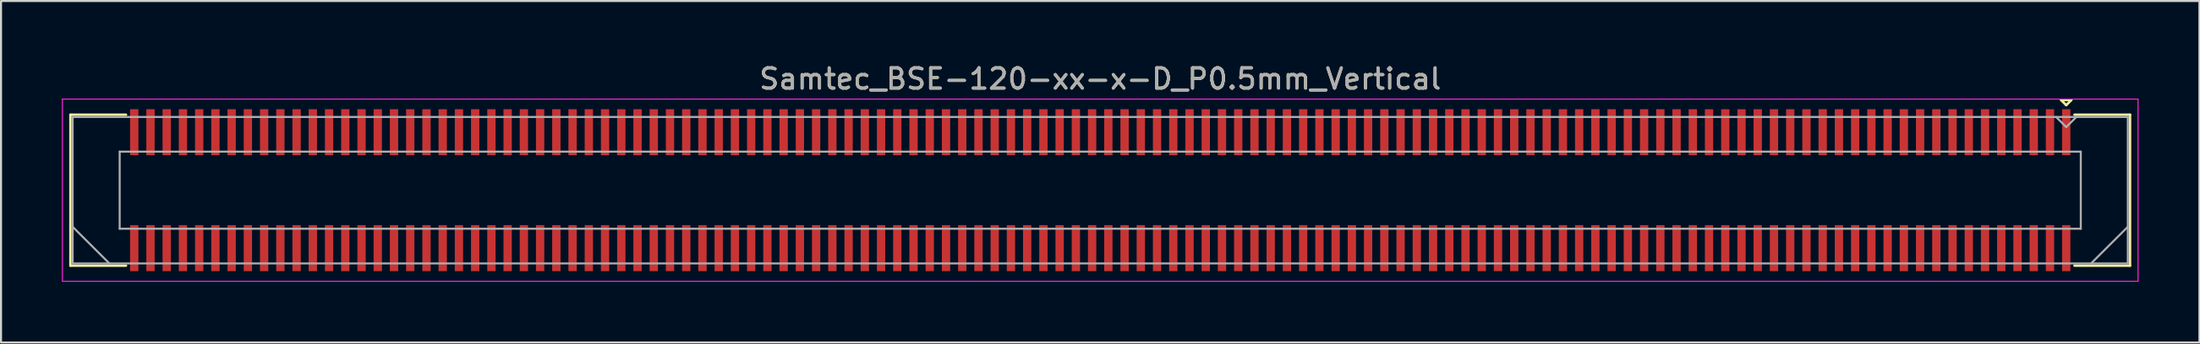
<source format=kicad_pcb>
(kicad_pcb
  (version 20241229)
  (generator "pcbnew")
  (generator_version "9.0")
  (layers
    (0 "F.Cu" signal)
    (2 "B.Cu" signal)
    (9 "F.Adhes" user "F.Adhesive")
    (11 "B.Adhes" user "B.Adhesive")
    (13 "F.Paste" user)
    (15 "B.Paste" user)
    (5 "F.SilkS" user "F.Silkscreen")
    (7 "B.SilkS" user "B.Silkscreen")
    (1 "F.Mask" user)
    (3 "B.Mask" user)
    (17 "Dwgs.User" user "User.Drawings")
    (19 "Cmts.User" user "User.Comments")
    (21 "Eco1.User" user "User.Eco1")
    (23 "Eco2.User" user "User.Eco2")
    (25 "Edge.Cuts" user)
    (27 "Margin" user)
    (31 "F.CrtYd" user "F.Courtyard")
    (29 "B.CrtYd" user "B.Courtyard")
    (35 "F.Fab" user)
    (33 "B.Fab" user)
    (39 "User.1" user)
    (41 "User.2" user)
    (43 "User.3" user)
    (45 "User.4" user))
  (footprint "Samtec_BSE-120-xx-x-D_P0.5mm_Vertical"
    (layer "F.Cu")
    (at 51.165 6.348)
    (property "Reference" "Samtec_BSE-120-xx-x-D_P0.5mm_Vertical" (at 0 -5.5 0) (layer "F.SilkS") (effects (font (size 1 1) (thickness 0.15))))
    (attr smd)
    (fp_line (start -50.745 -3.729) (end -48.005 -3.729) (stroke (width 0.12) (type solid)) (layer "F.SilkS"))
    (fp_line (start -50.745 3.729) (end -50.745 -3.729) (stroke (width 0.12) (type solid)) (layer "F.SilkS"))
    (fp_line (start -48.005 3.729) (end -50.745 3.729) (stroke (width 0.12) (type solid)) (layer "F.SilkS"))
    (fp_line (start 47.35 -4.452) (end 47.85 -4.452) (stroke (width 0.12) (type solid)) (layer "F.SilkS"))
    (fp_line (start 47.6 -4.202) (end 47.35 -4.452) (stroke (width 0.12) (type solid)) (layer "F.SilkS"))
    (fp_line (start 47.85 -4.452) (end 47.6 -4.202) (stroke (width 0.12) (type solid)) (layer "F.SilkS"))
    (fp_line (start 48.005 3.729) (end 50.745 3.729) (stroke (width 0.12) (type solid)) (layer "F.SilkS"))
    (fp_line (start 50.745 -3.729) (end 48.005 -3.729) (stroke (width 0.12) (type solid)) (layer "F.SilkS"))
    (fp_line (start 50.745 3.729) (end 50.745 -3.729) (stroke (width 0.12) (type solid)) (layer "F.SilkS"))
    (fp_line (start -51.14 -4.5) (end -51.14 4.5) (stroke (width 0.05) (type solid)) (layer "F.CrtYd"))
    (fp_line (start -51.14 4.5) (end 51.14 4.5) (stroke (width 0.05) (type solid)) (layer "F.CrtYd"))
    (fp_line (start 51.14 -4.5) (end -51.14 -4.5) (stroke (width 0.05) (type solid)) (layer "F.CrtYd"))
    (fp_line (start 51.14 4.5) (end 51.14 -4.5) (stroke (width 0.05) (type solid)) (layer "F.CrtYd"))
    (fp_line (start -50.635 -3.619) (end -50.635 3.619) (stroke (width 0.1) (type solid)) (layer "F.Fab"))
    (fp_line (start -50.635 1.81) (end -48.825 3.619) (stroke (width 0.1) (type solid)) (layer "F.Fab"))
    (fp_line (start -50.635 3.619) (end 50.635 3.619) (stroke (width 0.1) (type solid)) (layer "F.Fab"))
    (fp_line (start -48.318 -1.905) (end -48.318 1.905) (stroke (width 0.1) (type solid)) (layer "F.Fab"))
    (fp_line (start -48.318 1.905) (end 48.318 1.905) (stroke (width 0.1) (type solid)) (layer "F.Fab"))
    (fp_line (start 47.6 -3.119) (end 47.1 -3.619) (stroke (width 0.1) (type solid)) (layer "F.Fab"))
    (fp_line (start 48.1 -3.619) (end 47.6 -3.119) (stroke (width 0.1) (type solid)) (layer "F.Fab"))
    (fp_line (start 48.318 -1.905) (end -48.318 -1.905) (stroke (width 0.1) (type solid)) (layer "F.Fab"))
    (fp_line (start 48.318 1.905) (end 48.318 -1.905) (stroke (width 0.1) (type solid)) (layer "F.Fab"))
    (fp_line (start 50.635 -3.619) (end -50.635 -3.619) (stroke (width 0.1) (type solid)) (layer "F.Fab"))
    (fp_line (start 50.635 1.81) (end 48.825 3.619) (stroke (width 0.1) (type solid)) (layer "F.Fab"))
    (fp_line (start 50.635 3.619) (end 50.635 -3.619) (stroke (width 0.1) (type solid)) (layer "F.Fab"))
    (fp_text user "${REFERENCE}" (at 0 -5.5 0) (layer "F.Fab") (effects (font (size 1 1) (thickness 0.15))))
    (pad "1" smd rect (at 47.6 -2.865) (size 0.41 2.273) (layers "F.Cu" "F.Mask" "F.Paste"))
    (pad "2" smd rect (at 47.6 2.865) (size 0.41 2.273) (layers "F.Cu" "F.Mask" "F.Paste"))
    (pad "3" smd rect (at 46.8 -2.865) (size 0.41 2.273) (layers "F.Cu" "F.Mask" "F.Paste"))
    (pad "4" smd rect (at 46.8 2.865) (size 0.41 2.273) (layers "F.Cu" "F.Mask" "F.Paste"))
    (pad "5" smd rect (at 46 -2.865) (size 0.41 2.273) (layers "F.Cu" "F.Mask" "F.Paste"))
    (pad "6" smd rect (at 46 2.865) (size 0.41 2.273) (layers "F.Cu" "F.Mask" "F.Paste"))
    (pad "7" smd rect (at 45.2 -2.865) (size 0.41 2.273) (layers "F.Cu" "F.Mask" "F.Paste"))
    (pad "8" smd rect (at 45.2 2.865) (size 0.41 2.273) (layers "F.Cu" "F.Mask" "F.Paste"))
    (pad "9" smd rect (at 44.4 -2.865) (size 0.41 2.273) (layers "F.Cu" "F.Mask" "F.Paste"))
    (pad "10" smd rect (at 44.4 2.865) (size 0.41 2.273) (layers "F.Cu" "F.Mask" "F.Paste"))
    (pad "11" smd rect (at 43.6 -2.865) (size 0.41 2.273) (layers "F.Cu" "F.Mask" "F.Paste"))
    (pad "12" smd rect (at 43.6 2.865) (size 0.41 2.273) (layers "F.Cu" "F.Mask" "F.Paste"))
    (pad "13" smd rect (at 42.8 -2.865) (size 0.41 2.273) (layers "F.Cu" "F.Mask" "F.Paste"))
    (pad "14" smd rect (at 42.8 2.865) (size 0.41 2.273) (layers "F.Cu" "F.Mask" "F.Paste"))
    (pad "15" smd rect (at 42 -2.865) (size 0.41 2.273) (layers "F.Cu" "F.Mask" "F.Paste"))
    (pad "16" smd rect (at 42 2.865) (size 0.41 2.273) (layers "F.Cu" "F.Mask" "F.Paste"))
    (pad "17" smd rect (at 41.2 -2.865) (size 0.41 2.273) (layers "F.Cu" "F.Mask" "F.Paste"))
    (pad "18" smd rect (at 41.2 2.865) (size 0.41 2.273) (layers "F.Cu" "F.Mask" "F.Paste"))
    (pad "19" smd rect (at 40.4 -2.865) (size 0.41 2.273) (layers "F.Cu" "F.Mask" "F.Paste"))
    (pad "20" smd rect (at 40.4 2.865) (size 0.41 2.273) (layers "F.Cu" "F.Mask" "F.Paste"))
    (pad "21" smd rect (at 39.6 -2.865) (size 0.41 2.273) (layers "F.Cu" "F.Mask" "F.Paste"))
    (pad "22" smd rect (at 39.6 2.865) (size 0.41 2.273) (layers "F.Cu" "F.Mask" "F.Paste"))
    (pad "23" smd rect (at 38.8 -2.865) (size 0.41 2.273) (layers "F.Cu" "F.Mask" "F.Paste"))
    (pad "24" smd rect (at 38.8 2.865) (size 0.41 2.273) (layers "F.Cu" "F.Mask" "F.Paste"))
    (pad "25" smd rect (at 38 -2.865) (size 0.41 2.273) (layers "F.Cu" "F.Mask" "F.Paste"))
    (pad "26" smd rect (at 38 2.865) (size 0.41 2.273) (layers "F.Cu" "F.Mask" "F.Paste"))
    (pad "27" smd rect (at 37.2 -2.865) (size 0.41 2.273) (layers "F.Cu" "F.Mask" "F.Paste"))
    (pad "28" smd rect (at 37.2 2.865) (size 0.41 2.273) (layers "F.Cu" "F.Mask" "F.Paste"))
    (pad "29" smd rect (at 36.4 -2.865) (size 0.41 2.273) (layers "F.Cu" "F.Mask" "F.Paste"))
    (pad "30" smd rect (at 36.4 2.865) (size 0.41 2.273) (layers "F.Cu" "F.Mask" "F.Paste"))
    (pad "31" smd rect (at 35.6 -2.865) (size 0.41 2.273) (layers "F.Cu" "F.Mask" "F.Paste"))
    (pad "32" smd rect (at 35.6 2.865) (size 0.41 2.273) (layers "F.Cu" "F.Mask" "F.Paste"))
    (pad "33" smd rect (at 34.8 -2.865) (size 0.41 2.273) (layers "F.Cu" "F.Mask" "F.Paste"))
    (pad "34" smd rect (at 34.8 2.865) (size 0.41 2.273) (layers "F.Cu" "F.Mask" "F.Paste"))
    (pad "35" smd rect (at 34 -2.865) (size 0.41 2.273) (layers "F.Cu" "F.Mask" "F.Paste"))
    (pad "36" smd rect (at 34 2.865) (size 0.41 2.273) (layers "F.Cu" "F.Mask" "F.Paste"))
    (pad "37" smd rect (at 33.2 -2.865) (size 0.41 2.273) (layers "F.Cu" "F.Mask" "F.Paste"))
    (pad "38" smd rect (at 33.2 2.865) (size 0.41 2.273) (layers "F.Cu" "F.Mask" "F.Paste"))
    (pad "39" smd rect (at 32.4 -2.865) (size 0.41 2.273) (layers "F.Cu" "F.Mask" "F.Paste"))
    (pad "40" smd rect (at 32.4 2.865) (size 0.41 2.273) (layers "F.Cu" "F.Mask" "F.Paste"))
    (pad "41" smd rect (at 31.6 -2.865) (size 0.41 2.273) (layers "F.Cu" "F.Mask" "F.Paste"))
    (pad "42" smd rect (at 31.6 2.865) (size 0.41 2.273) (layers "F.Cu" "F.Mask" "F.Paste"))
    (pad "43" smd rect (at 30.8 -2.865) (size 0.41 2.273) (layers "F.Cu" "F.Mask" "F.Paste"))
    (pad "44" smd rect (at 30.8 2.865) (size 0.41 2.273) (layers "F.Cu" "F.Mask" "F.Paste"))
    (pad "45" smd rect (at 30 -2.865) (size 0.41 2.273) (layers "F.Cu" "F.Mask" "F.Paste"))
    (pad "46" smd rect (at 30 2.865) (size 0.41 2.273) (layers "F.Cu" "F.Mask" "F.Paste"))
    (pad "47" smd rect (at 29.2 -2.865) (size 0.41 2.273) (layers "F.Cu" "F.Mask" "F.Paste"))
    (pad "48" smd rect (at 29.2 2.865) (size 0.41 2.273) (layers "F.Cu" "F.Mask" "F.Paste"))
    (pad "49" smd rect (at 28.4 -2.865) (size 0.41 2.273) (layers "F.Cu" "F.Mask" "F.Paste"))
    (pad "50" smd rect (at 28.4 2.865) (size 0.41 2.273) (layers "F.Cu" "F.Mask" "F.Paste"))
    (pad "51" smd rect (at 27.6 -2.865) (size 0.41 2.273) (layers "F.Cu" "F.Mask" "F.Paste"))
    (pad "52" smd rect (at 27.6 2.865) (size 0.41 2.273) (layers "F.Cu" "F.Mask" "F.Paste"))
    (pad "53" smd rect (at 26.8 -2.865) (size 0.41 2.273) (layers "F.Cu" "F.Mask" "F.Paste"))
    (pad "54" smd rect (at 26.8 2.865) (size 0.41 2.273) (layers "F.Cu" "F.Mask" "F.Paste"))
    (pad "55" smd rect (at 26 -2.865) (size 0.41 2.273) (layers "F.Cu" "F.Mask" "F.Paste"))
    (pad "56" smd rect (at 26 2.865) (size 0.41 2.273) (layers "F.Cu" "F.Mask" "F.Paste"))
    (pad "57" smd rect (at 25.2 -2.865) (size 0.41 2.273) (layers "F.Cu" "F.Mask" "F.Paste"))
    (pad "58" smd rect (at 25.2 2.865) (size 0.41 2.273) (layers "F.Cu" "F.Mask" "F.Paste"))
    (pad "59" smd rect (at 24.4 -2.865) (size 0.41 2.273) (layers "F.Cu" "F.Mask" "F.Paste"))
    (pad "60" smd rect (at 24.4 2.865) (size 0.41 2.273) (layers "F.Cu" "F.Mask" "F.Paste"))
    (pad "61" smd rect (at 23.6 -2.865) (size 0.41 2.273) (layers "F.Cu" "F.Mask" "F.Paste"))
    (pad "62" smd rect (at 23.6 2.865) (size 0.41 2.273) (layers "F.Cu" "F.Mask" "F.Paste"))
    (pad "63" smd rect (at 22.8 -2.865) (size 0.41 2.273) (layers "F.Cu" "F.Mask" "F.Paste"))
    (pad "64" smd rect (at 22.8 2.865) (size 0.41 2.273) (layers "F.Cu" "F.Mask" "F.Paste"))
    (pad "65" smd rect (at 22 -2.865) (size 0.41 2.273) (layers "F.Cu" "F.Mask" "F.Paste"))
    (pad "66" smd rect (at 22 2.865) (size 0.41 2.273) (layers "F.Cu" "F.Mask" "F.Paste"))
    (pad "67" smd rect (at 21.2 -2.865) (size 0.41 2.273) (layers "F.Cu" "F.Mask" "F.Paste"))
    (pad "68" smd rect (at 21.2 2.865) (size 0.41 2.273) (layers "F.Cu" "F.Mask" "F.Paste"))
    (pad "69" smd rect (at 20.4 -2.865) (size 0.41 2.273) (layers "F.Cu" "F.Mask" "F.Paste"))
    (pad "70" smd rect (at 20.4 2.865) (size 0.41 2.273) (layers "F.Cu" "F.Mask" "F.Paste"))
    (pad "71" smd rect (at 19.6 -2.865) (size 0.41 2.273) (layers "F.Cu" "F.Mask" "F.Paste"))
    (pad "72" smd rect (at 19.6 2.865) (size 0.41 2.273) (layers "F.Cu" "F.Mask" "F.Paste"))
    (pad "73" smd rect (at 18.8 -2.865) (size 0.41 2.273) (layers "F.Cu" "F.Mask" "F.Paste"))
    (pad "74" smd rect (at 18.8 2.865) (size 0.41 2.273) (layers "F.Cu" "F.Mask" "F.Paste"))
    (pad "75" smd rect (at 18 -2.865) (size 0.41 2.273) (layers "F.Cu" "F.Mask" "F.Paste"))
    (pad "76" smd rect (at 18 2.865) (size 0.41 2.273) (layers "F.Cu" "F.Mask" "F.Paste"))
    (pad "77" smd rect (at 17.2 -2.865) (size 0.41 2.273) (layers "F.Cu" "F.Mask" "F.Paste"))
    (pad "78" smd rect (at 17.2 2.865) (size 0.41 2.273) (layers "F.Cu" "F.Mask" "F.Paste"))
    (pad "79" smd rect (at 16.4 -2.865) (size 0.41 2.273) (layers "F.Cu" "F.Mask" "F.Paste"))
    (pad "80" smd rect (at 16.4 2.865) (size 0.41 2.273) (layers "F.Cu" "F.Mask" "F.Paste"))
    (pad "81" smd rect (at 15.6 -2.865) (size 0.41 2.273) (layers "F.Cu" "F.Mask" "F.Paste"))
    (pad "82" smd rect (at 15.6 2.865) (size 0.41 2.273) (layers "F.Cu" "F.Mask" "F.Paste"))
    (pad "83" smd rect (at 14.8 -2.865) (size 0.41 2.273) (layers "F.Cu" "F.Mask" "F.Paste"))
    (pad "84" smd rect (at 14.8 2.865) (size 0.41 2.273) (layers "F.Cu" "F.Mask" "F.Paste"))
    (pad "85" smd rect (at 14 -2.865) (size 0.41 2.273) (layers "F.Cu" "F.Mask" "F.Paste"))
    (pad "86" smd rect (at 14 2.865) (size 0.41 2.273) (layers "F.Cu" "F.Mask" "F.Paste"))
    (pad "87" smd rect (at 13.2 -2.865) (size 0.41 2.273) (layers "F.Cu" "F.Mask" "F.Paste"))
    (pad "88" smd rect (at 13.2 2.865) (size 0.41 2.273) (layers "F.Cu" "F.Mask" "F.Paste"))
    (pad "89" smd rect (at 12.4 -2.865) (size 0.41 2.273) (layers "F.Cu" "F.Mask" "F.Paste"))
    (pad "90" smd rect (at 12.4 2.865) (size 0.41 2.273) (layers "F.Cu" "F.Mask" "F.Paste"))
    (pad "91" smd rect (at 11.6 -2.865) (size 0.41 2.273) (layers "F.Cu" "F.Mask" "F.Paste"))
    (pad "92" smd rect (at 11.6 2.865) (size 0.41 2.273) (layers "F.Cu" "F.Mask" "F.Paste"))
    (pad "93" smd rect (at 10.8 -2.865) (size 0.41 2.273) (layers "F.Cu" "F.Mask" "F.Paste"))
    (pad "94" smd rect (at 10.8 2.865) (size 0.41 2.273) (layers "F.Cu" "F.Mask" "F.Paste"))
    (pad "95" smd rect (at 10 -2.865) (size 0.41 2.273) (layers "F.Cu" "F.Mask" "F.Paste"))
    (pad "96" smd rect (at 10 2.865) (size 0.41 2.273) (layers "F.Cu" "F.Mask" "F.Paste"))
    (pad "97" smd rect (at 9.2 -2.865) (size 0.41 2.273) (layers "F.Cu" "F.Mask" "F.Paste"))
    (pad "98" smd rect (at 9.2 2.865) (size 0.41 2.273) (layers "F.Cu" "F.Mask" "F.Paste"))
    (pad "99" smd rect (at 8.4 -2.865) (size 0.41 2.273) (layers "F.Cu" "F.Mask" "F.Paste"))
    (pad "100" smd rect (at 8.4 2.865) (size 0.41 2.273) (layers "F.Cu" "F.Mask" "F.Paste"))
    (pad "101" smd rect (at 7.6 -2.865) (size 0.41 2.273) (layers "F.Cu" "F.Mask" "F.Paste"))
    (pad "102" smd rect (at 7.6 2.865) (size 0.41 2.273) (layers "F.Cu" "F.Mask" "F.Paste"))
    (pad "103" smd rect (at 6.8 -2.865) (size 0.41 2.273) (layers "F.Cu" "F.Mask" "F.Paste"))
    (pad "104" smd rect (at 6.8 2.865) (size 0.41 2.273) (layers "F.Cu" "F.Mask" "F.Paste"))
    (pad "105" smd rect (at 6 -2.865) (size 0.41 2.273) (layers "F.Cu" "F.Mask" "F.Paste"))
    (pad "106" smd rect (at 6 2.865) (size 0.41 2.273) (layers "F.Cu" "F.Mask" "F.Paste"))
    (pad "107" smd rect (at 5.2 -2.865) (size 0.41 2.273) (layers "F.Cu" "F.Mask" "F.Paste"))
    (pad "108" smd rect (at 5.2 2.865) (size 0.41 2.273) (layers "F.Cu" "F.Mask" "F.Paste"))
    (pad "109" smd rect (at 4.4 -2.865) (size 0.41 2.273) (layers "F.Cu" "F.Mask" "F.Paste"))
    (pad "110" smd rect (at 4.4 2.865) (size 0.41 2.273) (layers "F.Cu" "F.Mask" "F.Paste"))
    (pad "111" smd rect (at 3.6 -2.865) (size 0.41 2.273) (layers "F.Cu" "F.Mask" "F.Paste"))
    (pad "112" smd rect (at 3.6 2.865) (size 0.41 2.273) (layers "F.Cu" "F.Mask" "F.Paste"))
    (pad "113" smd rect (at 2.8 -2.865) (size 0.41 2.273) (layers "F.Cu" "F.Mask" "F.Paste"))
    (pad "114" smd rect (at 2.8 2.865) (size 0.41 2.273) (layers "F.Cu" "F.Mask" "F.Paste"))
    (pad "115" smd rect (at 2 -2.865) (size 0.41 2.273) (layers "F.Cu" "F.Mask" "F.Paste"))
    (pad "116" smd rect (at 2 2.865) (size 0.41 2.273) (layers "F.Cu" "F.Mask" "F.Paste"))
    (pad "117" smd rect (at 1.2 -2.865) (size 0.41 2.273) (layers "F.Cu" "F.Mask" "F.Paste"))
    (pad "118" smd rect (at 1.2 2.865) (size 0.41 2.273) (layers "F.Cu" "F.Mask" "F.Paste"))
    (pad "119" smd rect (at 0.4 -2.865) (size 0.41 2.273) (layers "F.Cu" "F.Mask" "F.Paste"))
    (pad "120" smd rect (at 0.4 2.865) (size 0.41 2.273) (layers "F.Cu" "F.Mask" "F.Paste"))
    (pad "121" smd rect (at -0.4 -2.865) (size 0.41 2.273) (layers "F.Cu" "F.Mask" "F.Paste"))
    (pad "122" smd rect (at -0.4 2.865) (size 0.41 2.273) (layers "F.Cu" "F.Mask" "F.Paste"))
    (pad "123" smd rect (at -1.2 -2.865) (size 0.41 2.273) (layers "F.Cu" "F.Mask" "F.Paste"))
    (pad "124" smd rect (at -1.2 2.865) (size 0.41 2.273) (layers "F.Cu" "F.Mask" "F.Paste"))
    (pad "125" smd rect (at -2 -2.865) (size 0.41 2.273) (layers "F.Cu" "F.Mask" "F.Paste"))
    (pad "126" smd rect (at -2 2.865) (size 0.41 2.273) (layers "F.Cu" "F.Mask" "F.Paste"))
    (pad "127" smd rect (at -2.8 -2.865) (size 0.41 2.273) (layers "F.Cu" "F.Mask" "F.Paste"))
    (pad "128" smd rect (at -2.8 2.865) (size 0.41 2.273) (layers "F.Cu" "F.Mask" "F.Paste"))
    (pad "129" smd rect (at -3.6 -2.865) (size 0.41 2.273) (layers "F.Cu" "F.Mask" "F.Paste"))
    (pad "130" smd rect (at -3.6 2.865) (size 0.41 2.273) (layers "F.Cu" "F.Mask" "F.Paste"))
    (pad "131" smd rect (at -4.4 -2.865) (size 0.41 2.273) (layers "F.Cu" "F.Mask" "F.Paste"))
    (pad "132" smd rect (at -4.4 2.865) (size 0.41 2.273) (layers "F.Cu" "F.Mask" "F.Paste"))
    (pad "133" smd rect (at -5.2 -2.865) (size 0.41 2.273) (layers "F.Cu" "F.Mask" "F.Paste"))
    (pad "134" smd rect (at -5.2 2.865) (size 0.41 2.273) (layers "F.Cu" "F.Mask" "F.Paste"))
    (pad "135" smd rect (at -6 -2.865) (size 0.41 2.273) (layers "F.Cu" "F.Mask" "F.Paste"))
    (pad "136" smd rect (at -6 2.865) (size 0.41 2.273) (layers "F.Cu" "F.Mask" "F.Paste"))
    (pad "137" smd rect (at -6.8 -2.865) (size 0.41 2.273) (layers "F.Cu" "F.Mask" "F.Paste"))
    (pad "138" smd rect (at -6.8 2.865) (size 0.41 2.273) (layers "F.Cu" "F.Mask" "F.Paste"))
    (pad "139" smd rect (at -7.6 -2.865) (size 0.41 2.273) (layers "F.Cu" "F.Mask" "F.Paste"))
    (pad "140" smd rect (at -7.6 2.865) (size 0.41 2.273) (layers "F.Cu" "F.Mask" "F.Paste"))
    (pad "141" smd rect (at -8.4 -2.865) (size 0.41 2.273) (layers "F.Cu" "F.Mask" "F.Paste"))
    (pad "142" smd rect (at -8.4 2.865) (size 0.41 2.273) (layers "F.Cu" "F.Mask" "F.Paste"))
    (pad "143" smd rect (at -9.2 -2.865) (size 0.41 2.273) (layers "F.Cu" "F.Mask" "F.Paste"))
    (pad "144" smd rect (at -9.2 2.865) (size 0.41 2.273) (layers "F.Cu" "F.Mask" "F.Paste"))
    (pad "145" smd rect (at -10 -2.865) (size 0.41 2.273) (layers "F.Cu" "F.Mask" "F.Paste"))
    (pad "146" smd rect (at -10 2.865) (size 0.41 2.273) (layers "F.Cu" "F.Mask" "F.Paste"))
    (pad "147" smd rect (at -10.8 -2.865) (size 0.41 2.273) (layers "F.Cu" "F.Mask" "F.Paste"))
    (pad "148" smd rect (at -10.8 2.865) (size 0.41 2.273) (layers "F.Cu" "F.Mask" "F.Paste"))
    (pad "149" smd rect (at -11.6 -2.865) (size 0.41 2.273) (layers "F.Cu" "F.Mask" "F.Paste"))
    (pad "150" smd rect (at -11.6 2.865) (size 0.41 2.273) (layers "F.Cu" "F.Mask" "F.Paste"))
    (pad "151" smd rect (at -12.4 -2.865) (size 0.41 2.273) (layers "F.Cu" "F.Mask" "F.Paste"))
    (pad "152" smd rect (at -12.4 2.865) (size 0.41 2.273) (layers "F.Cu" "F.Mask" "F.Paste"))
    (pad "153" smd rect (at -13.2 -2.865) (size 0.41 2.273) (layers "F.Cu" "F.Mask" "F.Paste"))
    (pad "154" smd rect (at -13.2 2.865) (size 0.41 2.273) (layers "F.Cu" "F.Mask" "F.Paste"))
    (pad "155" smd rect (at -14 -2.865) (size 0.41 2.273) (layers "F.Cu" "F.Mask" "F.Paste"))
    (pad "156" smd rect (at -14 2.865) (size 0.41 2.273) (layers "F.Cu" "F.Mask" "F.Paste"))
    (pad "157" smd rect (at -14.8 -2.865) (size 0.41 2.273) (layers "F.Cu" "F.Mask" "F.Paste"))
    (pad "158" smd rect (at -14.8 2.865) (size 0.41 2.273) (layers "F.Cu" "F.Mask" "F.Paste"))
    (pad "159" smd rect (at -15.6 -2.865) (size 0.41 2.273) (layers "F.Cu" "F.Mask" "F.Paste"))
    (pad "160" smd rect (at -15.6 2.865) (size 0.41 2.273) (layers "F.Cu" "F.Mask" "F.Paste"))
    (pad "161" smd rect (at -16.4 -2.865) (size 0.41 2.273) (layers "F.Cu" "F.Mask" "F.Paste"))
    (pad "162" smd rect (at -16.4 2.865) (size 0.41 2.273) (layers "F.Cu" "F.Mask" "F.Paste"))
    (pad "163" smd rect (at -17.2 -2.865) (size 0.41 2.273) (layers "F.Cu" "F.Mask" "F.Paste"))
    (pad "164" smd rect (at -17.2 2.865) (size 0.41 2.273) (layers "F.Cu" "F.Mask" "F.Paste"))
    (pad "165" smd rect (at -18 -2.865) (size 0.41 2.273) (layers "F.Cu" "F.Mask" "F.Paste"))
    (pad "166" smd rect (at -18 2.865) (size 0.41 2.273) (layers "F.Cu" "F.Mask" "F.Paste"))
    (pad "167" smd rect (at -18.8 -2.865) (size 0.41 2.273) (layers "F.Cu" "F.Mask" "F.Paste"))
    (pad "168" smd rect (at -18.8 2.865) (size 0.41 2.273) (layers "F.Cu" "F.Mask" "F.Paste"))
    (pad "169" smd rect (at -19.6 -2.865) (size 0.41 2.273) (layers "F.Cu" "F.Mask" "F.Paste"))
    (pad "170" smd rect (at -19.6 2.865) (size 0.41 2.273) (layers "F.Cu" "F.Mask" "F.Paste"))
    (pad "171" smd rect (at -20.4 -2.865) (size 0.41 2.273) (layers "F.Cu" "F.Mask" "F.Paste"))
    (pad "172" smd rect (at -20.4 2.865) (size 0.41 2.273) (layers "F.Cu" "F.Mask" "F.Paste"))
    (pad "173" smd rect (at -21.2 -2.865) (size 0.41 2.273) (layers "F.Cu" "F.Mask" "F.Paste"))
    (pad "174" smd rect (at -21.2 2.865) (size 0.41 2.273) (layers "F.Cu" "F.Mask" "F.Paste"))
    (pad "175" smd rect (at -22 -2.865) (size 0.41 2.273) (layers "F.Cu" "F.Mask" "F.Paste"))
    (pad "176" smd rect (at -22 2.865) (size 0.41 2.273) (layers "F.Cu" "F.Mask" "F.Paste"))
    (pad "177" smd rect (at -22.8 -2.865) (size 0.41 2.273) (layers "F.Cu" "F.Mask" "F.Paste"))
    (pad "178" smd rect (at -22.8 2.865) (size 0.41 2.273) (layers "F.Cu" "F.Mask" "F.Paste"))
    (pad "179" smd rect (at -23.6 -2.865) (size 0.41 2.273) (layers "F.Cu" "F.Mask" "F.Paste"))
    (pad "180" smd rect (at -23.6 2.865) (size 0.41 2.273) (layers "F.Cu" "F.Mask" "F.Paste"))
    (pad "181" smd rect (at -24.4 -2.865) (size 0.41 2.273) (layers "F.Cu" "F.Mask" "F.Paste"))
    (pad "182" smd rect (at -24.4 2.865) (size 0.41 2.273) (layers "F.Cu" "F.Mask" "F.Paste"))
    (pad "183" smd rect (at -25.2 -2.865) (size 0.41 2.273) (layers "F.Cu" "F.Mask" "F.Paste"))
    (pad "184" smd rect (at -25.2 2.865) (size 0.41 2.273) (layers "F.Cu" "F.Mask" "F.Paste"))
    (pad "185" smd rect (at -26 -2.865) (size 0.41 2.273) (layers "F.Cu" "F.Mask" "F.Paste"))
    (pad "186" smd rect (at -26 2.865) (size 0.41 2.273) (layers "F.Cu" "F.Mask" "F.Paste"))
    (pad "187" smd rect (at -26.8 -2.865) (size 0.41 2.273) (layers "F.Cu" "F.Mask" "F.Paste"))
    (pad "188" smd rect (at -26.8 2.865) (size 0.41 2.273) (layers "F.Cu" "F.Mask" "F.Paste"))
    (pad "189" smd rect (at -27.6 -2.865) (size 0.41 2.273) (layers "F.Cu" "F.Mask" "F.Paste"))
    (pad "190" smd rect (at -27.6 2.865) (size 0.41 2.273) (layers "F.Cu" "F.Mask" "F.Paste"))
    (pad "191" smd rect (at -28.4 -2.865) (size 0.41 2.273) (layers "F.Cu" "F.Mask" "F.Paste"))
    (pad "192" smd rect (at -28.4 2.865) (size 0.41 2.273) (layers "F.Cu" "F.Mask" "F.Paste"))
    (pad "193" smd rect (at -29.2 -2.865) (size 0.41 2.273) (layers "F.Cu" "F.Mask" "F.Paste"))
    (pad "194" smd rect (at -29.2 2.865) (size 0.41 2.273) (layers "F.Cu" "F.Mask" "F.Paste"))
    (pad "195" smd rect (at -30 -2.865) (size 0.41 2.273) (layers "F.Cu" "F.Mask" "F.Paste"))
    (pad "196" smd rect (at -30 2.865) (size 0.41 2.273) (layers "F.Cu" "F.Mask" "F.Paste"))
    (pad "197" smd rect (at -30.8 -2.865) (size 0.41 2.273) (layers "F.Cu" "F.Mask" "F.Paste"))
    (pad "198" smd rect (at -30.8 2.865) (size 0.41 2.273) (layers "F.Cu" "F.Mask" "F.Paste"))
    (pad "199" smd rect (at -31.6 -2.865) (size 0.41 2.273) (layers "F.Cu" "F.Mask" "F.Paste"))
    (pad "200" smd rect (at -31.6 2.865) (size 0.41 2.273) (layers "F.Cu" "F.Mask" "F.Paste"))
    (pad "201" smd rect (at -32.4 -2.865) (size 0.41 2.273) (layers "F.Cu" "F.Mask" "F.Paste"))
    (pad "202" smd rect (at -32.4 2.865) (size 0.41 2.273) (layers "F.Cu" "F.Mask" "F.Paste"))
    (pad "203" smd rect (at -33.2 -2.865) (size 0.41 2.273) (layers "F.Cu" "F.Mask" "F.Paste"))
    (pad "204" smd rect (at -33.2 2.865) (size 0.41 2.273) (layers "F.Cu" "F.Mask" "F.Paste"))
    (pad "205" smd rect (at -34 -2.865) (size 0.41 2.273) (layers "F.Cu" "F.Mask" "F.Paste"))
    (pad "206" smd rect (at -34 2.865) (size 0.41 2.273) (layers "F.Cu" "F.Mask" "F.Paste"))
    (pad "207" smd rect (at -34.8 -2.865) (size 0.41 2.273) (layers "F.Cu" "F.Mask" "F.Paste"))
    (pad "208" smd rect (at -34.8 2.865) (size 0.41 2.273) (layers "F.Cu" "F.Mask" "F.Paste"))
    (pad "209" smd rect (at -35.6 -2.865) (size 0.41 2.273) (layers "F.Cu" "F.Mask" "F.Paste"))
    (pad "210" smd rect (at -35.6 2.865) (size 0.41 2.273) (layers "F.Cu" "F.Mask" "F.Paste"))
    (pad "211" smd rect (at -36.4 -2.865) (size 0.41 2.273) (layers "F.Cu" "F.Mask" "F.Paste"))
    (pad "212" smd rect (at -36.4 2.865) (size 0.41 2.273) (layers "F.Cu" "F.Mask" "F.Paste"))
    (pad "213" smd rect (at -37.2 -2.865) (size 0.41 2.273) (layers "F.Cu" "F.Mask" "F.Paste"))
    (pad "214" smd rect (at -37.2 2.865) (size 0.41 2.273) (layers "F.Cu" "F.Mask" "F.Paste"))
    (pad "215" smd rect (at -38 -2.865) (size 0.41 2.273) (layers "F.Cu" "F.Mask" "F.Paste"))
    (pad "216" smd rect (at -38 2.865) (size 0.41 2.273) (layers "F.Cu" "F.Mask" "F.Paste"))
    (pad "217" smd rect (at -38.8 -2.865) (size 0.41 2.273) (layers "F.Cu" "F.Mask" "F.Paste"))
    (pad "218" smd rect (at -38.8 2.865) (size 0.41 2.273) (layers "F.Cu" "F.Mask" "F.Paste"))
    (pad "219" smd rect (at -39.6 -2.865) (size 0.41 2.273) (layers "F.Cu" "F.Mask" "F.Paste"))
    (pad "220" smd rect (at -39.6 2.865) (size 0.41 2.273) (layers "F.Cu" "F.Mask" "F.Paste"))
    (pad "221" smd rect (at -40.4 -2.865) (size 0.41 2.273) (layers "F.Cu" "F.Mask" "F.Paste"))
    (pad "222" smd rect (at -40.4 2.865) (size 0.41 2.273) (layers "F.Cu" "F.Mask" "F.Paste"))
    (pad "223" smd rect (at -41.2 -2.865) (size 0.41 2.273) (layers "F.Cu" "F.Mask" "F.Paste"))
    (pad "224" smd rect (at -41.2 2.865) (size 0.41 2.273) (layers "F.Cu" "F.Mask" "F.Paste"))
    (pad "225" smd rect (at -42 -2.865) (size 0.41 2.273) (layers "F.Cu" "F.Mask" "F.Paste"))
    (pad "226" smd rect (at -42 2.865) (size 0.41 2.273) (layers "F.Cu" "F.Mask" "F.Paste"))
    (pad "227" smd rect (at -42.8 -2.865) (size 0.41 2.273) (layers "F.Cu" "F.Mask" "F.Paste"))
    (pad "228" smd rect (at -42.8 2.865) (size 0.41 2.273) (layers "F.Cu" "F.Mask" "F.Paste"))
    (pad "229" smd rect (at -43.6 -2.865) (size 0.41 2.273) (layers "F.Cu" "F.Mask" "F.Paste"))
    (pad "230" smd rect (at -43.6 2.865) (size 0.41 2.273) (layers "F.Cu" "F.Mask" "F.Paste"))
    (pad "231" smd rect (at -44.4 -2.865) (size 0.41 2.273) (layers "F.Cu" "F.Mask" "F.Paste"))
    (pad "232" smd rect (at -44.4 2.865) (size 0.41 2.273) (layers "F.Cu" "F.Mask" "F.Paste"))
    (pad "233" smd rect (at -45.2 -2.865) (size 0.41 2.273) (layers "F.Cu" "F.Mask" "F.Paste"))
    (pad "234" smd rect (at -45.2 2.865) (size 0.41 2.273) (layers "F.Cu" "F.Mask" "F.Paste"))
    (pad "235" smd rect (at -46 -2.865) (size 0.41 2.273) (layers "F.Cu" "F.Mask" "F.Paste"))
    (pad "236" smd rect (at -46 2.865) (size 0.41 2.273) (layers "F.Cu" "F.Mask" "F.Paste"))
    (pad "237" smd rect (at -46.8 -2.865) (size 0.41 2.273) (layers "F.Cu" "F.Mask" "F.Paste"))
    (pad "238" smd rect (at -46.8 2.865) (size 0.41 2.273) (layers "F.Cu" "F.Mask" "F.Paste"))
    (pad "239" smd rect (at -47.6 -2.865) (size 0.41 2.273) (layers "F.Cu" "F.Mask" "F.Paste"))
    (pad "240" smd rect (at -47.6 2.865) (size 0.41 2.273) (layers "F.Cu" "F.Mask" "F.Paste")))
  (gr_rect
    (start -3 -3)
    (end 105.33 13.873)
    (stroke (width 0.1) (type default))
    (fill no)
    (layer "Edge.Cuts")))
</source>
